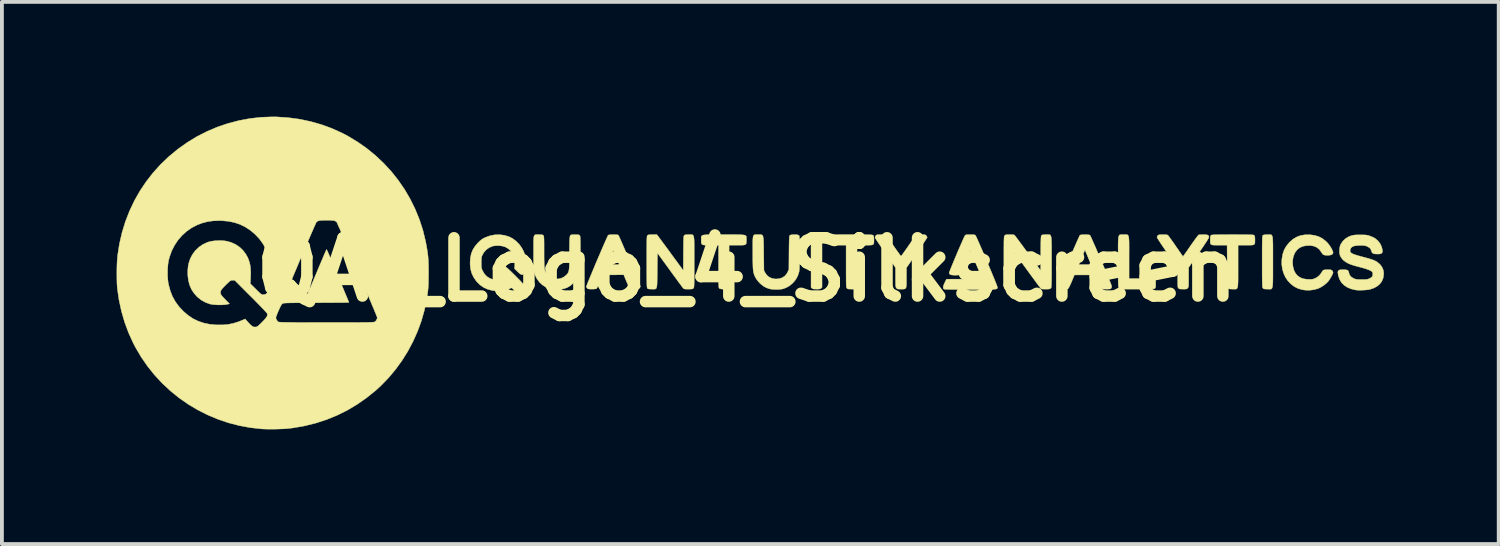
<source format=kicad_pcb>
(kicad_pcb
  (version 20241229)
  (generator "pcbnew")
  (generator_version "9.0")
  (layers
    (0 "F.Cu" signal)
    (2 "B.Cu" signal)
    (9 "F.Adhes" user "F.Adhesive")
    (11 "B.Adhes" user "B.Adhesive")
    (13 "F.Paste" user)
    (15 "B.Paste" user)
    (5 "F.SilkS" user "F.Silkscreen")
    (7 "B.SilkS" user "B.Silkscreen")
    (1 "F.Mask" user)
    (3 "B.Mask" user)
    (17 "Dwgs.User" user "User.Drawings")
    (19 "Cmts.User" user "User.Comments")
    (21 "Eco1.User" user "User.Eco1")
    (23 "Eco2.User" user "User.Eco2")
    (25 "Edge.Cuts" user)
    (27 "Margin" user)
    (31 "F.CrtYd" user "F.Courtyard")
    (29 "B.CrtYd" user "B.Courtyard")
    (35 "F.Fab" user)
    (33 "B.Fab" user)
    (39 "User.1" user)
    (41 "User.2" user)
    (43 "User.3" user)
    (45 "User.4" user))
  (footprint "QAI_Logo_4_Silkscreen"
    (layer "F.Cu")
    (at 16.476 4.001)
    (property "Reference" "QAI_Logo_4_Silkscreen" (at 0 0 0) (layer "F.SilkS") (effects (font (size 1.524 1.524) (thickness 0.3))))
    (attr through_hole)
    (fp_poly (pts (xy 1.785 -0.918) (xy 1.813 -0.917) (xy 1.822 -0.917) (xy 1.851 -0.917) (xy 1.876 -0.918) (xy 1.897 -0.918) (xy 1.914 -0.915) (xy 1.929 -0.908) (xy 1.94 -0.895) (xy 1.949 -0.874) (xy 1.956 -0.845) (xy 1.96 -0.804) (xy 1.963 -0.752) (xy 1.965 -0.686) (xy 1.966 -0.604) (xy 1.966 -0.506) (xy 1.966 -0.389) (xy 1.966 -0.252) (xy 1.966 -0.205) (xy 1.966 0.463) (xy 1.942 0.485) (xy 1.926 0.497) (xy 1.906 0.504) (xy 1.875 0.507) (xy 1.829 0.508) (xy 1.822 0.508) (xy 1.774 0.507) (xy 1.741 0.504) (xy 1.72 0.498) (xy 1.704 0.487) (xy 1.703 0.485) (xy 1.679 0.463) (xy 1.679 -0.205) (xy 1.678 -0.348) (xy 1.678 -0.471) (xy 1.678 -0.575) (xy 1.679 -0.662) (xy 1.68 -0.733) (xy 1.683 -0.789) (xy 1.687 -0.833) (xy 1.693 -0.866) (xy 1.701 -0.889) (xy 1.712 -0.905) (xy 1.725 -0.914) (xy 1.742 -0.918) (xy 1.761 -0.919) (xy 1.785 -0.918)) (stroke (width 0.01) (type solid)) (fill yes) (layer "F.SilkS"))
    (fp_poly (pts (xy 13.687 -0.918) (xy 13.704 -0.915) (xy 13.718 -0.908) (xy 13.729 -0.894) (xy 13.738 -0.874) (xy 13.745 -0.844) (xy 13.749 -0.803) (xy 13.752 -0.75) (xy 13.754 -0.684) (xy 13.755 -0.602) (xy 13.755 -0.503) (xy 13.755 -0.386) (xy 13.755 -0.248) (xy 13.755 -0.204) (xy 13.755 -0.061) (xy 13.755 0.062) (xy 13.755 0.166) (xy 13.754 0.253) (xy 13.753 0.324) (xy 13.75 0.38) (xy 13.746 0.424) (xy 13.74 0.457) (xy 13.732 0.48) (xy 13.722 0.496) (xy 13.709 0.505) (xy 13.693 0.509) (xy 13.673 0.51) (xy 13.65 0.509) (xy 13.623 0.508) (xy 13.615 0.508) (xy 13.566 0.507) (xy 13.533 0.504) (xy 13.513 0.499) (xy 13.498 0.489) (xy 13.495 0.486) (xy 13.491 0.481) (xy 13.487 0.474) (xy 13.483 0.465) (xy 13.481 0.45) (xy 13.479 0.429) (xy 13.477 0.4) (xy 13.476 0.36) (xy 13.475 0.31) (xy 13.474 0.245) (xy 13.473 0.166) (xy 13.473 0.071) (xy 13.473 -0.044) (xy 13.473 -0.178) (xy 13.473 -0.208) (xy 13.473 -0.347) (xy 13.473 -0.465) (xy 13.473 -0.565) (xy 13.474 -0.647) (xy 13.475 -0.715) (xy 13.476 -0.768) (xy 13.477 -0.81) (xy 13.478 -0.841) (xy 13.481 -0.863) (xy 13.483 -0.878) (xy 13.486 -0.888) (xy 13.49 -0.895) (xy 13.493 -0.898) (xy 13.509 -0.908) (xy 13.535 -0.913) (xy 13.574 -0.916) (xy 13.613 -0.917) (xy 13.642 -0.917) (xy 13.666 -0.918) (xy 13.687 -0.918)) (stroke (width 0.01) (type solid)) (fill yes) (layer "F.SilkS"))
    (fp_poly (pts (xy 9.815 -0.918) (xy 9.843 -0.917) (xy 9.851 -0.917) (xy 9.882 -0.917) (xy 9.909 -0.918) (xy 9.931 -0.917) (xy 9.949 -0.913) (xy 9.963 -0.903) (xy 9.974 -0.887) (xy 9.982 -0.863) (xy 9.988 -0.828) (xy 9.991 -0.781) (xy 9.994 -0.721) (xy 9.994 -0.645) (xy 9.995 -0.552) (xy 9.994 -0.44) (xy 9.994 -0.32) (xy 9.994 0.232) (xy 10.324 0.232) (xy 10.424 0.232) (xy 10.503 0.232) (xy 10.566 0.233) (xy 10.612 0.236) (xy 10.646 0.243) (xy 10.668 0.252) (xy 10.681 0.266) (xy 10.688 0.286) (xy 10.69 0.312) (xy 10.69 0.344) (xy 10.69 0.372) (xy 10.689 0.422) (xy 10.686 0.455) (xy 10.681 0.475) (xy 10.671 0.488) (xy 10.67 0.49) (xy 10.663 0.494) (xy 10.652 0.498) (xy 10.635 0.501) (xy 10.61 0.503) (xy 10.575 0.505) (xy 10.528 0.506) (xy 10.466 0.507) (xy 10.388 0.508) (xy 10.292 0.508) (xy 10.201 0.508) (xy 9.753 0.508) (xy 9.73 0.479) (xy 9.725 0.472) (xy 9.721 0.465) (xy 9.718 0.455) (xy 9.715 0.44) (xy 9.713 0.419) (xy 9.711 0.39) (xy 9.71 0.351) (xy 9.709 0.301) (xy 9.708 0.238) (xy 9.708 0.16) (xy 9.707 0.065) (xy 9.707 -0.047) (xy 9.707 -0.18) (xy 9.707 -0.211) (xy 9.707 -0.354) (xy 9.707 -0.476) (xy 9.707 -0.58) (xy 9.707 -0.666) (xy 9.709 -0.736) (xy 9.712 -0.792) (xy 9.716 -0.835) (xy 9.722 -0.868) (xy 9.73 -0.89) (xy 9.741 -0.905) (xy 9.755 -0.914) (xy 9.771 -0.918) (xy 9.792 -0.918) (xy 9.815 -0.918)) (stroke (width 0.01) (type solid)) (fill yes) (layer "F.SilkS"))
    (fp_poly (pts (xy -0.272 -0.917) (xy -0.199 -0.916) (xy -0.14 -0.913) (xy -0.095 -0.909) (xy -0.061 -0.904) (xy -0.038 -0.895) (xy -0.023 -0.885) (xy -0.014 -0.87) (xy -0.011 -0.853) (xy -0.01 -0.831) (xy -0.011 -0.805) (xy -0.011 -0.781) (xy -0.011 -0.735) (xy -0.013 -0.701) (xy -0.02 -0.676) (xy -0.034 -0.659) (xy -0.059 -0.648) (xy -0.096 -0.643) (xy -0.149 -0.641) (xy -0.22 -0.641) (xy -0.255 -0.641) (xy -0.464 -0.641) (xy -0.464 -0.085) (xy -0.464 0.041) (xy -0.464 0.146) (xy -0.464 0.233) (xy -0.465 0.303) (xy -0.466 0.358) (xy -0.467 0.401) (xy -0.469 0.433) (xy -0.471 0.456) (xy -0.474 0.471) (xy -0.477 0.481) (xy -0.481 0.487) (xy -0.484 0.49) (xy -0.508 0.5) (xy -0.546 0.507) (xy -0.592 0.51) (xy -0.639 0.508) (xy -0.681 0.503) (xy -0.712 0.494) (xy -0.722 0.488) (xy -0.726 0.482) (xy -0.729 0.472) (xy -0.732 0.456) (xy -0.734 0.433) (xy -0.736 0.401) (xy -0.738 0.358) (xy -0.739 0.302) (xy -0.739 0.231) (xy -0.74 0.143) (xy -0.74 0.038) (xy -0.74 -0.086) (xy -0.74 -0.641) (xy -0.949 -0.641) (xy -1.028 -0.641) (xy -1.088 -0.642) (xy -1.132 -0.646) (xy -1.161 -0.654) (xy -1.179 -0.668) (xy -1.188 -0.69) (xy -1.192 -0.72) (xy -1.193 -0.761) (xy -1.193 -0.781) (xy -1.193 -0.811) (xy -1.194 -0.836) (xy -1.193 -0.857) (xy -1.188 -0.874) (xy -1.178 -0.887) (xy -1.162 -0.897) (xy -1.136 -0.905) (xy -1.101 -0.91) (xy -1.053 -0.914) (xy -0.991 -0.916) (xy -0.914 -0.917) (xy -0.82 -0.917) (xy -0.706 -0.917) (xy -0.602 -0.917) (xy -0.472 -0.917) (xy -0.363 -0.917) (xy -0.272 -0.917)) (stroke (width 0.01) (type solid)) (fill yes) (layer "F.SilkS"))
    (fp_poly (pts (xy 2.624 -0.917) (xy 2.737 -0.917) (xy 2.862 -0.917) (xy 2.966 -0.916) (xy 3.052 -0.916) (xy 3.122 -0.915) (xy 3.177 -0.915) (xy 3.219 -0.913) (xy 3.25 -0.912) (xy 3.273 -0.909) (xy 3.288 -0.906) (xy 3.297 -0.903) (xy 3.303 -0.899) (xy 3.306 -0.896) (xy 3.315 -0.88) (xy 3.321 -0.855) (xy 3.324 -0.815) (xy 3.324 -0.777) (xy 3.324 -0.732) (xy 3.322 -0.699) (xy 3.315 -0.674) (xy 3.301 -0.658) (xy 3.276 -0.648) (xy 3.239 -0.643) (xy 3.186 -0.641) (xy 3.114 -0.641) (xy 3.083 -0.641) (xy 2.882 -0.641) (xy 2.882 -0.095) (xy 2.882 0.036) (xy 2.883 0.146) (xy 2.882 0.238) (xy 2.881 0.313) (xy 2.879 0.373) (xy 2.875 0.42) (xy 2.868 0.454) (xy 2.86 0.478) (xy 2.848 0.494) (xy 2.833 0.504) (xy 2.815 0.508) (xy 2.792 0.509) (xy 2.765 0.508) (xy 2.738 0.508) (xy 2.689 0.507) (xy 2.656 0.505) (xy 2.635 0.499) (xy 2.62 0.489) (xy 2.617 0.486) (xy 2.612 0.48) (xy 2.608 0.473) (xy 2.605 0.462) (xy 2.602 0.446) (xy 2.6 0.423) (xy 2.598 0.391) (xy 2.597 0.347) (xy 2.596 0.291) (xy 2.596 0.22) (xy 2.595 0.132) (xy 2.595 0.026) (xy 2.595 -0.088) (xy 2.595 -0.641) (xy 2.391 -0.641) (xy 2.311 -0.641) (xy 2.25 -0.642) (xy 2.206 -0.646) (xy 2.176 -0.655) (xy 2.157 -0.669) (xy 2.147 -0.69) (xy 2.143 -0.72) (xy 2.142 -0.76) (xy 2.142 -0.779) (xy 2.142 -0.809) (xy 2.141 -0.834) (xy 2.142 -0.855) (xy 2.147 -0.873) (xy 2.156 -0.886) (xy 2.173 -0.897) (xy 2.198 -0.905) (xy 2.233 -0.91) (xy 2.28 -0.914) (xy 2.341 -0.916) (xy 2.418 -0.917) (xy 2.512 -0.917) (xy 2.624 -0.917)) (stroke (width 0.01) (type solid)) (fill yes) (layer "F.SilkS"))
    (fp_poly (pts (xy 12.826 -0.917) (xy 12.93 -0.916) (xy 13.016 -0.916) (xy 13.085 -0.915) (xy 13.14 -0.915) (xy 13.182 -0.913) (xy 13.212 -0.912) (xy 13.234 -0.909) (xy 13.249 -0.906) (xy 13.259 -0.903) (xy 13.265 -0.899) (xy 13.267 -0.896) (xy 13.276 -0.88) (xy 13.282 -0.855) (xy 13.285 -0.815) (xy 13.285 -0.777) (xy 13.285 -0.732) (xy 13.283 -0.699) (xy 13.276 -0.674) (xy 13.262 -0.658) (xy 13.237 -0.648) (xy 13.2 -0.643) (xy 13.147 -0.641) (xy 13.076 -0.641) (xy 13.044 -0.641) (xy 12.844 -0.641) (xy 12.844 -0.088) (xy 12.844 0.042) (xy 12.844 0.152) (xy 12.844 0.243) (xy 12.843 0.318) (xy 12.84 0.377) (xy 12.837 0.423) (xy 12.831 0.456) (xy 12.822 0.48) (xy 12.811 0.496) (xy 12.797 0.505) (xy 12.779 0.508) (xy 12.757 0.509) (xy 12.731 0.508) (xy 12.703 0.508) (xy 12.646 0.506) (xy 12.608 0.501) (xy 12.585 0.491) (xy 12.584 0.491) (xy 12.579 0.486) (xy 12.575 0.48) (xy 12.571 0.47) (xy 12.569 0.455) (xy 12.566 0.432) (xy 12.564 0.4) (xy 12.563 0.357) (xy 12.562 0.302) (xy 12.561 0.231) (xy 12.56 0.144) (xy 12.56 0.038) (xy 12.559 -0.083) (xy 12.556 -0.641) (xy 12.354 -0.641) (xy 12.275 -0.641) (xy 12.216 -0.642) (xy 12.174 -0.646) (xy 12.145 -0.654) (xy 12.128 -0.668) (xy 12.118 -0.69) (xy 12.115 -0.721) (xy 12.115 -0.763) (xy 12.115 -0.78) (xy 12.115 -0.83) (xy 12.118 -0.863) (xy 12.124 -0.884) (xy 12.134 -0.897) (xy 12.135 -0.898) (xy 12.141 -0.903) (xy 12.151 -0.906) (xy 12.167 -0.909) (xy 12.19 -0.911) (xy 12.222 -0.913) (xy 12.265 -0.914) (xy 12.322 -0.915) (xy 12.393 -0.916) (xy 12.481 -0.916) (xy 12.588 -0.917) (xy 12.702 -0.917) (xy 12.826 -0.917)) (stroke (width 0.01) (type solid)) (fill yes) (layer "F.SilkS"))
    (fp_poly (pts (xy 11.997 -0.915) (xy 12.039 -0.909) (xy 12.064 -0.897) (xy 12.078 -0.878) (xy 12.082 -0.85) (xy 12.082 -0.848) (xy 12.075 -0.83) (xy 12.055 -0.795) (xy 12.022 -0.742) (xy 11.976 -0.672) (xy 11.917 -0.584) (xy 11.845 -0.478) (xy 11.817 -0.438) (xy 11.551 -0.056) (xy 11.551 0.197) (xy 11.551 0.279) (xy 11.551 0.341) (xy 11.55 0.387) (xy 11.548 0.42) (xy 11.545 0.443) (xy 11.541 0.459) (xy 11.535 0.471) (xy 11.529 0.479) (xy 11.516 0.493) (xy 11.502 0.501) (xy 11.482 0.506) (xy 11.449 0.508) (xy 11.407 0.508) (xy 11.358 0.507) (xy 11.325 0.505) (xy 11.304 0.499) (xy 11.29 0.489) (xy 11.286 0.486) (xy 11.279 0.478) (xy 11.274 0.467) (xy 11.27 0.451) (xy 11.267 0.427) (xy 11.266 0.392) (xy 11.265 0.343) (xy 11.264 0.277) (xy 11.264 0.207) (xy 11.264 -0.05) (xy 10.994 -0.436) (xy 10.934 -0.522) (xy 10.88 -0.602) (xy 10.831 -0.674) (xy 10.791 -0.736) (xy 10.758 -0.786) (xy 10.736 -0.822) (xy 10.725 -0.844) (xy 10.724 -0.848) (xy 10.731 -0.874) (xy 10.745 -0.895) (xy 10.758 -0.905) (xy 10.775 -0.911) (xy 10.802 -0.915) (xy 10.842 -0.916) (xy 10.881 -0.917) (xy 10.934 -0.916) (xy 10.968 -0.914) (xy 10.991 -0.91) (xy 11.006 -0.903) (xy 11.018 -0.892) (xy 11.018 -0.892) (xy 11.03 -0.876) (xy 11.053 -0.845) (xy 11.084 -0.801) (xy 11.123 -0.747) (xy 11.167 -0.685) (xy 11.214 -0.617) (xy 11.22 -0.607) (xy 11.267 -0.541) (xy 11.308 -0.48) (xy 11.345 -0.428) (xy 11.373 -0.387) (xy 11.393 -0.358) (xy 11.402 -0.345) (xy 11.402 -0.345) (xy 11.409 -0.353) (xy 11.427 -0.377) (xy 11.454 -0.415) (xy 11.489 -0.464) (xy 11.53 -0.523) (xy 11.577 -0.59) (xy 11.599 -0.623) (xy 11.648 -0.692) (xy 11.694 -0.756) (xy 11.734 -0.812) (xy 11.768 -0.857) (xy 11.793 -0.89) (xy 11.809 -0.907) (xy 11.812 -0.91) (xy 11.83 -0.913) (xy 11.864 -0.915) (xy 11.909 -0.916) (xy 11.937 -0.917) (xy 11.997 -0.915)) (stroke (width 0.01) (type solid)) (fill yes) (layer "F.SilkS"))
    (fp_poly (pts (xy 4.608 -0.916) (xy 4.642 -0.915) (xy 4.664 -0.911) (xy 4.678 -0.904) (xy 4.689 -0.892) (xy 4.693 -0.888) (xy 4.708 -0.863) (xy 4.716 -0.845) (xy 4.716 -0.844) (xy 4.709 -0.833) (xy 4.692 -0.805) (xy 4.664 -0.762) (xy 4.628 -0.708) (xy 4.584 -0.643) (xy 4.534 -0.57) (xy 4.48 -0.49) (xy 4.445 -0.44) (xy 4.174 -0.05) (xy 4.174 0.207) (xy 4.174 0.296) (xy 4.174 0.366) (xy 4.171 0.418) (xy 4.166 0.456) (xy 4.156 0.481) (xy 4.141 0.497) (xy 4.119 0.505) (xy 4.09 0.508) (xy 4.052 0.508) (xy 4.032 0.508) (xy 3.984 0.508) (xy 3.953 0.506) (xy 3.934 0.5) (xy 3.921 0.491) (xy 3.91 0.479) (xy 3.903 0.468) (xy 3.897 0.456) (xy 3.893 0.439) (xy 3.89 0.414) (xy 3.889 0.379) (xy 3.888 0.329) (xy 3.887 0.263) (xy 3.887 0.198) (xy 3.887 -0.054) (xy 3.624 -0.433) (xy 3.567 -0.515) (xy 3.514 -0.592) (xy 3.466 -0.662) (xy 3.425 -0.722) (xy 3.392 -0.772) (xy 3.368 -0.809) (xy 3.355 -0.83) (xy 3.353 -0.835) (xy 3.355 -0.864) (xy 3.369 -0.887) (xy 3.38 -0.9) (xy 3.393 -0.909) (xy 3.411 -0.914) (xy 3.44 -0.916) (xy 3.484 -0.917) (xy 3.507 -0.917) (xy 3.561 -0.916) (xy 3.598 -0.914) (xy 3.621 -0.909) (xy 3.636 -0.902) (xy 3.642 -0.897) (xy 3.653 -0.883) (xy 3.675 -0.853) (xy 3.705 -0.81) (xy 3.743 -0.757) (xy 3.787 -0.695) (xy 3.833 -0.628) (xy 3.842 -0.615) (xy 3.889 -0.548) (xy 3.931 -0.488) (xy 3.969 -0.436) (xy 3.999 -0.394) (xy 4.02 -0.366) (xy 4.031 -0.354) (xy 4.031 -0.353) (xy 4.039 -0.362) (xy 4.058 -0.387) (xy 4.086 -0.425) (xy 4.122 -0.475) (xy 4.164 -0.534) (xy 4.21 -0.6) (xy 4.224 -0.621) (xy 4.272 -0.69) (xy 4.316 -0.753) (xy 4.355 -0.808) (xy 4.388 -0.853) (xy 4.411 -0.884) (xy 4.425 -0.901) (xy 4.427 -0.903) (xy 4.448 -0.91) (xy 4.491 -0.915) (xy 4.554 -0.917) (xy 4.557 -0.917) (xy 4.608 -0.916)) (stroke (width 0.01) (type solid)) (fill yes) (layer "F.SilkS"))
    (fp_poly (pts (xy 14.72 -0.914) (xy 14.842 -0.898) (xy 14.95 -0.866) (xy 15.049 -0.815) (xy 15.138 -0.745) (xy 15.179 -0.704) (xy 15.216 -0.661) (xy 15.251 -0.61) (xy 15.283 -0.558) (xy 15.308 -0.509) (xy 15.324 -0.468) (xy 15.328 -0.444) (xy 15.318 -0.414) (xy 15.289 -0.392) (xy 15.241 -0.379) (xy 15.19 -0.375) (xy 15.133 -0.377) (xy 15.094 -0.384) (xy 15.065 -0.398) (xy 15.042 -0.423) (xy 15.022 -0.456) (xy 14.97 -0.527) (xy 14.907 -0.58) (xy 14.831 -0.615) (xy 14.742 -0.631) (xy 14.64 -0.63) (xy 14.627 -0.629) (xy 14.534 -0.61) (xy 14.455 -0.575) (xy 14.39 -0.523) (xy 14.337 -0.454) (xy 14.32 -0.423) (xy 14.289 -0.342) (xy 14.272 -0.253) (xy 14.27 -0.162) (xy 14.281 -0.072) (xy 14.304 0.012) (xy 14.34 0.086) (xy 14.387 0.146) (xy 14.397 0.154) (xy 14.456 0.198) (xy 14.521 0.228) (xy 14.597 0.245) (xy 14.671 0.252) (xy 14.727 0.253) (xy 14.769 0.251) (xy 14.803 0.246) (xy 14.837 0.235) (xy 14.845 0.232) (xy 14.909 0.199) (xy 14.968 0.15) (xy 15.015 0.092) (xy 15.029 0.068) (xy 15.048 0.038) (xy 15.068 0.016) (xy 15.074 0.011) (xy 15.094 0.006) (xy 15.13 0.002) (xy 15.175 0.00011) (xy 15.188 0) (xy 15.234 0.001) (xy 15.265 0.003) (xy 15.284 0.01) (xy 15.299 0.02) (xy 15.304 0.026) (xy 15.321 0.05) (xy 15.328 0.071) (xy 15.322 0.095) (xy 15.306 0.132) (xy 15.283 0.177) (xy 15.255 0.224) (xy 15.226 0.27) (xy 15.198 0.308) (xy 15.19 0.317) (xy 15.141 0.364) (xy 15.079 0.413) (xy 15.013 0.455) (xy 14.95 0.487) (xy 14.942 0.491) (xy 14.834 0.522) (xy 14.718 0.537) (xy 14.601 0.535) (xy 14.517 0.523) (xy 14.406 0.489) (xy 14.305 0.437) (xy 14.217 0.368) (xy 14.141 0.286) (xy 14.078 0.191) (xy 14.031 0.086) (xy 13.999 -0.028) (xy 13.985 -0.148) (xy 13.988 -0.273) (xy 14.01 -0.401) (xy 14.01 -0.403) (xy 14.045 -0.509) (xy 14.096 -0.603) (xy 14.165 -0.692) (xy 14.195 -0.724) (xy 14.281 -0.799) (xy 14.372 -0.854) (xy 14.47 -0.891) (xy 14.578 -0.911) (xy 14.698 -0.914) (xy 14.72 -0.914)) (stroke (width 0.01) (type solid)) (fill yes) (layer "F.SilkS"))
    (fp_poly (pts (xy 1.275 -0.918) (xy 1.318 -0.913) (xy 1.35 -0.904) (xy 1.362 -0.896) (xy 1.367 -0.889) (xy 1.371 -0.879) (xy 1.374 -0.862) (xy 1.376 -0.836) (xy 1.378 -0.801) (xy 1.379 -0.753) (xy 1.38 -0.69) (xy 1.38 -0.612) (xy 1.38 -0.514) (xy 1.38 -0.441) (xy 1.38 -0.324) (xy 1.38 -0.227) (xy 1.379 -0.148) (xy 1.377 -0.084) (xy 1.375 -0.034) (xy 1.372 0.006) (xy 1.369 0.036) (xy 1.364 0.061) (xy 1.363 0.065) (xy 1.329 0.167) (xy 1.276 0.261) (xy 1.207 0.344) (xy 1.126 0.414) (xy 1.035 0.468) (xy 0.943 0.502) (xy 0.884 0.512) (xy 0.813 0.517) (xy 0.738 0.517) (xy 0.666 0.513) (xy 0.606 0.504) (xy 0.596 0.501) (xy 0.509 0.472) (xy 0.433 0.43) (xy 0.36 0.372) (xy 0.336 0.349) (xy 0.271 0.275) (xy 0.225 0.204) (xy 0.223 0.199) (xy 0.207 0.165) (xy 0.193 0.132) (xy 0.183 0.098) (xy 0.174 0.061) (xy 0.167 0.018) (xy 0.162 -0.033) (xy 0.159 -0.095) (xy 0.157 -0.17) (xy 0.155 -0.26) (xy 0.155 -0.369) (xy 0.155 -0.454) (xy 0.155 -0.567) (xy 0.154 -0.661) (xy 0.155 -0.736) (xy 0.157 -0.795) (xy 0.161 -0.84) (xy 0.167 -0.872) (xy 0.176 -0.894) (xy 0.189 -0.908) (xy 0.206 -0.915) (xy 0.227 -0.917) (xy 0.255 -0.917) (xy 0.288 -0.917) (xy 0.295 -0.917) (xy 0.328 -0.917) (xy 0.356 -0.917) (xy 0.379 -0.915) (xy 0.397 -0.909) (xy 0.411 -0.897) (xy 0.421 -0.877) (xy 0.428 -0.847) (xy 0.433 -0.805) (xy 0.437 -0.75) (xy 0.439 -0.679) (xy 0.44 -0.591) (xy 0.441 -0.483) (xy 0.442 -0.427) (xy 0.447 0.017) (xy 0.477 0.077) (xy 0.521 0.142) (xy 0.58 0.191) (xy 0.651 0.225) (xy 0.733 0.241) (xy 0.763 0.243) (xy 0.853 0.234) (xy 0.93 0.208) (xy 0.994 0.164) (xy 1.045 0.103) (xy 1.064 0.068) (xy 1.099 -0.006) (xy 1.102 -0.442) (xy 1.103 -0.553) (xy 1.104 -0.644) (xy 1.106 -0.718) (xy 1.107 -0.775) (xy 1.109 -0.818) (xy 1.111 -0.85) (xy 1.114 -0.872) (xy 1.117 -0.886) (xy 1.122 -0.895) (xy 1.123 -0.897) (xy 1.145 -0.908) (xy 1.182 -0.915) (xy 1.227 -0.918) (xy 1.275 -0.918)) (stroke (width 0.01) (type solid)) (fill yes) (layer "F.SilkS"))
    (fp_poly (pts (xy 8.902 -0.915) (xy 8.946 -0.911) (xy 8.97 -0.903) (xy 8.971 -0.903) (xy 8.978 -0.891) (xy 8.993 -0.86) (xy 9.015 -0.813) (xy 9.042 -0.752) (xy 9.074 -0.679) (xy 9.111 -0.597) (xy 9.15 -0.506) (xy 9.191 -0.41) (xy 9.234 -0.31) (xy 9.278 -0.208) (xy 9.32 -0.107) (xy 9.362 -0.009) (xy 9.401 0.084) (xy 9.437 0.171) (xy 9.469 0.248) (xy 9.496 0.315) (xy 9.517 0.368) (xy 9.531 0.406) (xy 9.538 0.427) (xy 9.538 0.428) (xy 9.538 0.464) (xy 9.525 0.486) (xy 9.513 0.496) (xy 9.496 0.503) (xy 9.469 0.506) (xy 9.428 0.508) (xy 9.398 0.508) (xy 9.347 0.507) (xy 9.313 0.505) (xy 9.291 0.5) (xy 9.277 0.492) (xy 9.272 0.487) (xy 9.261 0.47) (xy 9.244 0.436) (xy 9.222 0.39) (xy 9.198 0.336) (xy 9.184 0.302) (xy 9.114 0.138) (xy 8.565 0.138) (xy 8.496 0.302) (xy 8.472 0.36) (xy 8.448 0.411) (xy 8.428 0.452) (xy 8.414 0.479) (xy 8.408 0.487) (xy 8.396 0.497) (xy 8.379 0.503) (xy 8.35 0.507) (xy 8.307 0.508) (xy 8.283 0.508) (xy 8.231 0.507) (xy 8.197 0.505) (xy 8.175 0.5) (xy 8.161 0.492) (xy 8.157 0.488) (xy 8.143 0.461) (xy 8.139 0.441) (xy 8.143 0.425) (xy 8.155 0.392) (xy 8.175 0.342) (xy 8.2 0.279) (xy 8.23 0.204) (xy 8.265 0.12) (xy 8.304 0.028) (xy 8.344 -0.07) (xy 8.371 -0.133) (xy 8.68 -0.133) (xy 9.001 -0.133) (xy 8.983 -0.174) (xy 8.972 -0.201) (xy 8.954 -0.243) (xy 8.934 -0.292) (xy 8.918 -0.331) (xy 8.897 -0.382) (xy 8.877 -0.428) (xy 8.862 -0.464) (xy 8.855 -0.482) (xy 8.84 -0.517) (xy 8.777 -0.366) (xy 8.754 -0.309) (xy 8.731 -0.256) (xy 8.713 -0.211) (xy 8.7 -0.18) (xy 8.697 -0.174) (xy 8.68 -0.133) (xy 8.371 -0.133) (xy 8.387 -0.17) (xy 8.43 -0.273) (xy 8.473 -0.374) (xy 8.516 -0.472) (xy 8.556 -0.565) (xy 8.594 -0.651) (xy 8.627 -0.728) (xy 8.657 -0.793) (xy 8.681 -0.845) (xy 8.698 -0.882) (xy 8.708 -0.901) (xy 8.71 -0.903) (xy 8.732 -0.91) (xy 8.775 -0.915) (xy 8.836 -0.917) (xy 8.84 -0.917) (xy 8.902 -0.915)) (stroke (width 0.01) (type solid)) (fill yes) (layer "F.SilkS"))
    (fp_poly (pts (xy -3.435 -0.916) (xy -3.398 -0.914) (xy -3.375 -0.91) (xy -3.361 -0.903) (xy -3.355 -0.897) (xy -3.348 -0.884) (xy -3.333 -0.852) (xy -3.311 -0.803) (xy -3.283 -0.739) (xy -3.249 -0.662) (xy -3.211 -0.574) (xy -3.169 -0.475) (xy -3.123 -0.368) (xy -3.075 -0.255) (xy -3.059 -0.217) (xy -2.78 0.444) (xy -2.802 0.473) (xy -2.813 0.487) (xy -2.827 0.495) (xy -2.846 0.501) (xy -2.878 0.504) (xy -2.926 0.505) (xy -2.932 0.506) (xy -2.986 0.506) (xy -3.023 0.505) (xy -3.046 0.5) (xy -3.058 0.492) (xy -3.068 0.477) (xy -3.085 0.445) (xy -3.106 0.4) (xy -3.13 0.346) (xy -3.148 0.304) (xy -3.219 0.133) (xy -3.768 0.138) (xy -3.839 0.309) (xy -3.864 0.367) (xy -3.887 0.418) (xy -3.907 0.459) (xy -3.922 0.486) (xy -3.928 0.494) (xy -3.951 0.502) (xy -3.992 0.506) (xy -4.05 0.508) (xy -4.1 0.507) (xy -4.133 0.505) (xy -4.155 0.499) (xy -4.17 0.49) (xy -4.174 0.486) (xy -4.191 0.462) (xy -4.197 0.443) (xy -4.192 0.428) (xy -4.18 0.395) (xy -4.161 0.347) (xy -4.136 0.284) (xy -4.105 0.21) (xy -4.07 0.126) (xy -4.032 0.034) (xy -3.991 -0.063) (xy -3.959 -0.141) (xy -3.644 -0.141) (xy -3.634 -0.138) (xy -3.605 -0.135) (xy -3.563 -0.134) (xy -3.51 -0.133) (xy -3.489 -0.133) (xy -3.425 -0.133) (xy -3.38 -0.134) (xy -3.353 -0.137) (xy -3.34 -0.141) (xy -3.338 -0.146) (xy -3.355 -0.189) (xy -3.376 -0.24) (xy -3.399 -0.295) (xy -3.423 -0.35) (xy -3.445 -0.402) (xy -3.464 -0.447) (xy -3.479 -0.48) (xy -3.488 -0.498) (xy -3.489 -0.5) (xy -3.495 -0.493) (xy -3.508 -0.469) (xy -3.525 -0.432) (xy -3.546 -0.386) (xy -3.568 -0.336) (xy -3.59 -0.284) (xy -3.61 -0.235) (xy -3.627 -0.192) (xy -3.639 -0.16) (xy -3.644 -0.142) (xy -3.644 -0.141) (xy -3.959 -0.141) (xy -3.949 -0.164) (xy -3.906 -0.266) (xy -3.862 -0.367) (xy -3.82 -0.466) (xy -3.78 -0.559) (xy -3.742 -0.646) (xy -3.708 -0.723) (xy -3.679 -0.789) (xy -3.655 -0.842) (xy -3.637 -0.88) (xy -3.627 -0.9) (xy -3.625 -0.903) (xy -3.603 -0.91) (xy -3.559 -0.915) (xy -3.496 -0.917) (xy -3.489 -0.917) (xy -3.435 -0.916)) (stroke (width 0.01) (type solid)) (fill yes) (layer "F.SilkS"))
    (fp_poly (pts (xy -5.451 -0.917) (xy -5.437 -0.917) (xy -5.387 -0.916) (xy -5.354 -0.913) (xy -5.334 -0.907) (xy -5.32 -0.898) (xy -5.319 -0.896) (xy -5.314 -0.889) (xy -5.31 -0.878) (xy -5.307 -0.86) (xy -5.305 -0.834) (xy -5.303 -0.797) (xy -5.302 -0.747) (xy -5.301 -0.682) (xy -5.301 -0.599) (xy -5.301 -0.498) (xy -5.301 -0.478) (xy -5.301 -0.361) (xy -5.3 -0.263) (xy -5.298 -0.182) (xy -5.296 -0.117) (xy -5.292 -0.064) (xy -5.287 -0.021) (xy -5.281 0.014) (xy -5.272 0.043) (xy -5.262 0.069) (xy -5.252 0.088) (xy -5.21 0.147) (xy -5.154 0.193) (xy -5.087 0.224) (xy -5.014 0.24) (xy -4.939 0.241) (xy -4.864 0.227) (xy -4.793 0.196) (xy -4.731 0.149) (xy -4.73 0.149) (xy -4.708 0.127) (xy -4.69 0.107) (xy -4.676 0.085) (xy -4.664 0.06) (xy -4.655 0.03) (xy -4.648 -0.009) (xy -4.644 -0.057) (xy -4.641 -0.118) (xy -4.639 -0.194) (xy -4.638 -0.286) (xy -4.638 -0.397) (xy -4.638 -0.432) (xy -4.638 -0.545) (xy -4.637 -0.639) (xy -4.636 -0.714) (xy -4.634 -0.774) (xy -4.631 -0.819) (xy -4.627 -0.853) (xy -4.622 -0.877) (xy -4.616 -0.893) (xy -4.608 -0.903) (xy -4.602 -0.908) (xy -4.585 -0.912) (xy -4.553 -0.915) (xy -4.51 -0.916) (xy -4.488 -0.916) (xy -4.438 -0.916) (xy -4.405 -0.913) (xy -4.384 -0.907) (xy -4.371 -0.898) (xy -4.369 -0.896) (xy -4.365 -0.889) (xy -4.361 -0.878) (xy -4.358 -0.861) (xy -4.356 -0.836) (xy -4.354 -0.8) (xy -4.353 -0.751) (xy -4.352 -0.688) (xy -4.351 -0.608) (xy -4.351 -0.51) (xy -4.351 -0.452) (xy -4.352 -0.331) (xy -4.352 -0.229) (xy -4.354 -0.145) (xy -4.356 -0.075) (xy -4.36 -0.018) (xy -4.366 0.03) (xy -4.373 0.07) (xy -4.382 0.106) (xy -4.393 0.139) (xy -4.408 0.172) (xy -4.419 0.196) (xy -4.466 0.272) (xy -4.533 0.349) (xy -4.609 0.415) (xy -4.689 0.464) (xy -4.777 0.497) (xy -4.875 0.514) (xy -4.975 0.518) (xy -5.053 0.515) (xy -5.12 0.506) (xy -5.152 0.498) (xy -5.253 0.458) (xy -5.345 0.399) (xy -5.425 0.324) (xy -5.49 0.235) (xy -5.539 0.135) (xy -5.559 0.07) (xy -5.564 0.049) (xy -5.568 0.024) (xy -5.571 -0.009) (xy -5.573 -0.05) (xy -5.575 -0.103) (xy -5.576 -0.169) (xy -5.577 -0.251) (xy -5.577 -0.352) (xy -5.577 -0.439) (xy -5.577 -0.554) (xy -5.577 -0.65) (xy -5.577 -0.727) (xy -5.575 -0.788) (xy -5.572 -0.834) (xy -5.566 -0.868) (xy -5.557 -0.891) (xy -5.545 -0.906) (xy -5.529 -0.914) (xy -5.508 -0.917) (xy -5.483 -0.917) (xy -5.451 -0.917)) (stroke (width 0.01) (type solid)) (fill yes) (layer "F.SilkS"))
    (fp_poly (pts (xy -1.444 -0.918) (xy -1.426 -0.915) (xy -1.412 -0.908) (xy -1.401 -0.895) (xy -1.392 -0.874) (xy -1.385 -0.844) (xy -1.38 -0.804) (xy -1.377 -0.751) (xy -1.376 -0.685) (xy -1.375 -0.603) (xy -1.375 -0.504) (xy -1.375 -0.387) (xy -1.375 -0.25) (xy -1.375 -0.204) (xy -1.375 -0.066) (xy -1.375 0.051) (xy -1.375 0.15) (xy -1.376 0.232) (xy -1.376 0.299) (xy -1.377 0.352) (xy -1.379 0.393) (xy -1.38 0.424) (xy -1.382 0.446) (xy -1.385 0.462) (xy -1.388 0.473) (xy -1.392 0.48) (xy -1.396 0.485) (xy -1.408 0.495) (xy -1.423 0.502) (xy -1.447 0.506) (xy -1.484 0.508) (xy -1.53 0.508) (xy -1.581 0.508) (xy -1.616 0.506) (xy -1.637 0.502) (xy -1.652 0.495) (xy -1.664 0.483) (xy -1.669 0.477) (xy -1.681 0.462) (xy -1.704 0.431) (xy -1.737 0.386) (xy -1.78 0.329) (xy -1.829 0.261) (xy -1.885 0.185) (xy -1.946 0.102) (xy -2.01 0.014) (xy -2.015 0.006) (xy -2.336 -0.433) (xy -2.341 0.022) (xy -2.342 0.138) (xy -2.344 0.235) (xy -2.345 0.313) (xy -2.347 0.375) (xy -2.351 0.422) (xy -2.357 0.457) (xy -2.365 0.481) (xy -2.377 0.497) (xy -2.392 0.505) (xy -2.412 0.509) (xy -2.436 0.509) (xy -2.466 0.508) (xy -2.485 0.508) (xy -2.534 0.507) (xy -2.566 0.504) (xy -2.586 0.498) (xy -2.599 0.488) (xy -2.603 0.482) (xy -2.606 0.473) (xy -2.609 0.458) (xy -2.611 0.437) (xy -2.613 0.408) (xy -2.614 0.368) (xy -2.615 0.316) (xy -2.616 0.251) (xy -2.617 0.171) (xy -2.617 0.074) (xy -2.617 -0.042) (xy -2.617 -0.178) (xy -2.617 -0.206) (xy -2.617 -0.345) (xy -2.617 -0.464) (xy -2.617 -0.564) (xy -2.616 -0.646) (xy -2.616 -0.714) (xy -2.615 -0.767) (xy -2.614 -0.809) (xy -2.612 -0.84) (xy -2.61 -0.863) (xy -2.607 -0.878) (xy -2.604 -0.888) (xy -2.6 -0.895) (xy -2.597 -0.898) (xy -2.583 -0.907) (xy -2.56 -0.913) (xy -2.524 -0.916) (xy -2.47 -0.917) (xy -2.465 -0.917) (xy -2.353 -0.917) (xy -2.311 -0.863) (xy -2.296 -0.843) (xy -2.269 -0.808) (xy -2.233 -0.758) (xy -2.188 -0.697) (xy -2.136 -0.627) (xy -2.078 -0.549) (xy -2.017 -0.465) (xy -1.966 -0.395) (xy -1.662 0.019) (xy -1.659 -0.429) (xy -1.658 -0.541) (xy -1.657 -0.634) (xy -1.656 -0.708) (xy -1.655 -0.767) (xy -1.653 -0.811) (xy -1.651 -0.844) (xy -1.649 -0.867) (xy -1.645 -0.883) (xy -1.641 -0.892) (xy -1.638 -0.897) (xy -1.625 -0.906) (xy -1.606 -0.912) (xy -1.575 -0.916) (xy -1.528 -0.917) (xy -1.518 -0.917) (xy -1.49 -0.917) (xy -1.465 -0.918) (xy -1.444 -0.918)) (stroke (width 0.01) (type solid)) (fill yes) (layer "F.SilkS"))
    (fp_poly (pts (xy 5.896 -0.916) (xy 5.933 -0.914) (xy 5.956 -0.91) (xy 5.971 -0.903) (xy 5.979 -0.896) (xy 5.987 -0.881) (xy 6.003 -0.848) (xy 6.026 -0.799) (xy 6.054 -0.736) (xy 6.087 -0.661) (xy 6.124 -0.576) (xy 6.164 -0.484) (xy 6.206 -0.386) (xy 6.249 -0.285) (xy 6.292 -0.182) (xy 6.335 -0.08) (xy 6.377 0.019) (xy 6.416 0.113) (xy 6.452 0.2) (xy 6.484 0.278) (xy 6.511 0.345) (xy 6.531 0.398) (xy 6.545 0.435) (xy 6.552 0.455) (xy 6.552 0.457) (xy 6.552 0.469) (xy 6.551 0.48) (xy 6.548 0.489) (xy 6.54 0.497) (xy 6.527 0.503) (xy 6.506 0.508) (xy 6.476 0.511) (xy 6.436 0.514) (xy 6.384 0.516) (xy 6.318 0.518) (xy 6.236 0.518) (xy 6.138 0.519) (xy 6.022 0.519) (xy 5.885 0.519) (xy 5.836 0.519) (xy 5.695 0.519) (xy 5.575 0.519) (xy 5.474 0.518) (xy 5.39 0.518) (xy 5.322 0.517) (xy 5.268 0.516) (xy 5.226 0.515) (xy 5.195 0.513) (xy 5.173 0.511) (xy 5.158 0.508) (xy 5.15 0.505) (xy 5.146 0.502) (xy 5.134 0.478) (xy 5.134 0.445) (xy 5.147 0.401) (xy 5.172 0.343) (xy 5.175 0.337) (xy 5.218 0.248) (xy 5.685 0.246) (xy 5.784 0.245) (xy 5.876 0.244) (xy 5.958 0.242) (xy 6.029 0.241) (xy 6.086 0.239) (xy 6.126 0.237) (xy 6.148 0.236) (xy 6.151 0.235) (xy 6.147 0.222) (xy 6.136 0.192) (xy 6.118 0.148) (xy 6.095 0.092) (xy 6.068 0.027) (xy 6.038 -0.044) (xy 6.007 -0.118) (xy 5.975 -0.192) (xy 5.945 -0.265) (xy 5.916 -0.332) (xy 5.89 -0.391) (xy 5.869 -0.44) (xy 5.853 -0.475) (xy 5.844 -0.494) (xy 5.842 -0.497) (xy 5.836 -0.487) (xy 5.823 -0.459) (xy 5.804 -0.416) (xy 5.78 -0.36) (xy 5.751 -0.294) (xy 5.72 -0.22) (xy 5.71 -0.196) (xy 5.678 -0.119) (xy 5.648 -0.048) (xy 5.62 0.015) (xy 5.598 0.066) (xy 5.58 0.103) (xy 5.57 0.122) (xy 5.569 0.124) (xy 5.556 0.134) (xy 5.537 0.139) (xy 5.506 0.142) (xy 5.458 0.144) (xy 5.445 0.144) (xy 5.381 0.141) (xy 5.335 0.134) (xy 5.307 0.121) (xy 5.293 0.102) (xy 5.29 0.083) (xy 5.294 0.067) (xy 5.306 0.034) (xy 5.325 -0.015) (xy 5.35 -0.076) (xy 5.379 -0.147) (xy 5.412 -0.227) (xy 5.447 -0.311) (xy 5.484 -0.398) (xy 5.521 -0.486) (xy 5.558 -0.571) (xy 5.593 -0.651) (xy 5.625 -0.724) (xy 5.653 -0.788) (xy 5.676 -0.839) (xy 5.694 -0.875) (xy 5.704 -0.895) (xy 5.706 -0.896) (xy 5.717 -0.906) (xy 5.734 -0.912) (xy 5.761 -0.915) (xy 5.803 -0.916) (xy 5.842 -0.917) (xy 5.896 -0.916)) (stroke (width 0.01) (type solid)) (fill yes) (layer "F.SilkS"))
    (fp_poly (pts (xy -6.341 -0.9) (xy -6.22 -0.864) (xy -6.125 -0.816) (xy -6.036 -0.749) (xy -5.955 -0.668) (xy -5.887 -0.575) (xy -5.833 -0.474) (xy -5.802 -0.387) (xy -5.79 -0.324) (xy -5.784 -0.248) (xy -5.782 -0.166) (xy -5.786 -0.086) (xy -5.794 -0.014) (xy -5.802 0.022) (xy -5.82 0.078) (xy -5.84 0.115) (xy -5.864 0.131) (xy -5.894 0.129) (xy -5.931 0.107) (xy -5.978 0.067) (xy -5.993 0.053) (xy -6.075 -0.027) (xy -6.068 -0.116) (xy -6.068 -0.225) (xy -6.086 -0.324) (xy -6.12 -0.412) (xy -6.171 -0.488) (xy -6.238 -0.55) (xy -6.31 -0.592) (xy -6.377 -0.614) (xy -6.455 -0.627) (xy -6.537 -0.629) (xy -6.614 -0.622) (xy -6.649 -0.614) (xy -6.737 -0.577) (xy -6.813 -0.522) (xy -6.876 -0.451) (xy -6.916 -0.38) (xy -6.926 -0.355) (xy -6.934 -0.329) (xy -6.938 -0.298) (xy -6.94 -0.257) (xy -6.941 -0.2) (xy -6.941 -0.182) (xy -6.941 -0.123) (xy -6.939 -0.08) (xy -6.936 -0.048) (xy -6.93 -0.021) (xy -6.92 0.004) (xy -6.906 0.033) (xy -6.856 0.116) (xy -6.791 0.182) (xy -6.712 0.23) (xy -6.619 0.262) (xy -6.597 0.266) (xy -6.558 0.271) (xy -6.511 0.272) (xy -6.463 0.271) (xy -6.42 0.267) (xy -6.389 0.262) (xy -6.381 0.258) (xy -6.383 0.248) (xy -6.398 0.226) (xy -6.423 0.197) (xy -6.432 0.187) (xy -6.469 0.145) (xy -6.489 0.112) (xy -6.494 0.097) (xy -6.485 0.075) (xy -6.464 0.045) (xy -6.433 0.012) (xy -6.399 -0.022) (xy -6.364 -0.051) (xy -6.334 -0.071) (xy -6.315 -0.077) (xy -6.302 -0.072) (xy -6.28 -0.056) (xy -6.248 -0.029) (xy -6.204 0.012) (xy -6.147 0.066) (xy -6.077 0.135) (xy -6.06 0.152) (xy -5.99 0.223) (xy -5.933 0.28) (xy -5.891 0.326) (xy -5.86 0.362) (xy -5.842 0.391) (xy -5.834 0.415) (xy -5.835 0.436) (xy -5.846 0.456) (xy -5.864 0.478) (xy -5.889 0.504) (xy -5.901 0.515) (xy -5.943 0.555) (xy -5.977 0.578) (xy -6.006 0.584) (xy -6.035 0.575) (xy -6.069 0.549) (xy -6.09 0.529) (xy -6.149 0.474) (xy -6.214 0.501) (xy -6.298 0.53) (xy -6.387 0.548) (xy -6.487 0.555) (xy -6.521 0.555) (xy -6.649 0.545) (xy -6.768 0.515) (xy -6.878 0.466) (xy -6.976 0.398) (xy -7.062 0.312) (xy -7.073 0.299) (xy -7.14 0.203) (xy -7.189 0.103) (xy -7.22 -0.003) (xy -7.234 -0.12) (xy -7.236 -0.182) (xy -7.228 -0.306) (xy -7.205 -0.418) (xy -7.165 -0.519) (xy -7.107 -0.612) (xy -7.03 -0.703) (xy -7.029 -0.703) (xy -6.981 -0.75) (xy -6.94 -0.784) (xy -6.899 -0.812) (xy -6.849 -0.837) (xy -6.847 -0.839) (xy -6.724 -0.885) (xy -6.598 -0.911) (xy -6.469 -0.916) (xy -6.341 -0.9)) (stroke (width 0.01) (type solid)) (fill yes) (layer "F.SilkS"))
    (fp_poly (pts (xy 7.899 -0.918) (xy 7.916 -0.915) (xy 7.931 -0.908) (xy 7.942 -0.895) (xy 7.951 -0.874) (xy 7.958 -0.844) (xy 7.962 -0.804) (xy 7.965 -0.751) (xy 7.967 -0.685) (xy 7.968 -0.603) (xy 7.968 -0.504) (xy 7.968 -0.387) (xy 7.968 -0.25) (xy 7.968 -0.204) (xy 7.968 -0.066) (xy 7.968 0.051) (xy 7.968 0.15) (xy 7.967 0.232) (xy 7.966 0.299) (xy 7.965 0.352) (xy 7.964 0.393) (xy 7.962 0.424) (xy 7.96 0.446) (xy 7.958 0.462) (xy 7.955 0.473) (xy 7.951 0.48) (xy 7.947 0.485) (xy 7.935 0.495) (xy 7.919 0.502) (xy 7.896 0.506) (xy 7.858 0.508) (xy 7.813 0.508) (xy 7.761 0.508) (xy 7.727 0.506) (xy 7.705 0.502) (xy 7.691 0.495) (xy 7.679 0.483) (xy 7.673 0.477) (xy 7.662 0.462) (xy 7.639 0.431) (xy 7.605 0.386) (xy 7.563 0.329) (xy 7.514 0.261) (xy 7.458 0.185) (xy 7.397 0.102) (xy 7.333 0.014) (xy 7.327 0.006) (xy 7.007 -0.434) (xy 7.002 0.021) (xy 7 0.138) (xy 6.999 0.235) (xy 6.998 0.313) (xy 6.996 0.375) (xy 6.992 0.422) (xy 6.986 0.457) (xy 6.977 0.481) (xy 6.966 0.496) (xy 6.951 0.505) (xy 6.931 0.509) (xy 6.906 0.509) (xy 6.877 0.508) (xy 6.858 0.508) (xy 6.81 0.507) (xy 6.779 0.505) (xy 6.759 0.499) (xy 6.745 0.489) (xy 6.741 0.485) (xy 6.737 0.479) (xy 6.733 0.472) (xy 6.73 0.461) (xy 6.727 0.444) (xy 6.725 0.421) (xy 6.724 0.389) (xy 6.722 0.347) (xy 6.721 0.292) (xy 6.721 0.224) (xy 6.72 0.14) (xy 6.72 0.039) (xy 6.72 -0.08) (xy 6.72 -0.204) (xy 6.72 -0.342) (xy 6.72 -0.46) (xy 6.72 -0.559) (xy 6.721 -0.641) (xy 6.721 -0.707) (xy 6.722 -0.76) (xy 6.724 -0.802) (xy 6.725 -0.833) (xy 6.727 -0.855) (xy 6.73 -0.871) (xy 6.733 -0.881) (xy 6.737 -0.888) (xy 6.741 -0.893) (xy 6.753 -0.904) (xy 6.768 -0.911) (xy 6.792 -0.915) (xy 6.829 -0.916) (xy 6.875 -0.917) (xy 6.926 -0.916) (xy 6.961 -0.915) (xy 6.982 -0.911) (xy 6.997 -0.904) (xy 7.009 -0.892) (xy 7.014 -0.885) (xy 7.026 -0.87) (xy 7.049 -0.839) (xy 7.083 -0.794) (xy 7.125 -0.737) (xy 7.175 -0.67) (xy 7.231 -0.594) (xy 7.292 -0.511) (xy 7.356 -0.424) (xy 7.36 -0.418) (xy 7.681 0.019) (xy 7.684 -0.429) (xy 7.684 -0.541) (xy 7.685 -0.634) (xy 7.686 -0.708) (xy 7.688 -0.767) (xy 7.689 -0.811) (xy 7.691 -0.844) (xy 7.694 -0.867) (xy 7.697 -0.883) (xy 7.701 -0.892) (xy 7.705 -0.897) (xy 7.717 -0.906) (xy 7.737 -0.912) (xy 7.768 -0.916) (xy 7.815 -0.917) (xy 7.824 -0.917) (xy 7.853 -0.917) (xy 7.878 -0.918) (xy 7.899 -0.918)) (stroke (width 0.01) (type solid)) (fill yes) (layer "F.SilkS"))
    (fp_poly (pts (xy 16.107 -0.91) (xy 16.156 -0.909) (xy 16.195 -0.906) (xy 16.227 -0.9) (xy 16.258 -0.892) (xy 16.293 -0.88) (xy 16.341 -0.861) (xy 16.388 -0.84) (xy 16.423 -0.82) (xy 16.426 -0.818) (xy 16.5 -0.756) (xy 16.557 -0.682) (xy 16.597 -0.599) (xy 16.616 -0.518) (xy 16.619 -0.481) (xy 16.617 -0.458) (xy 16.607 -0.442) (xy 16.598 -0.432) (xy 16.581 -0.42) (xy 16.561 -0.413) (xy 16.531 -0.41) (xy 16.485 -0.409) (xy 16.482 -0.409) (xy 16.42 -0.412) (xy 16.377 -0.423) (xy 16.349 -0.443) (xy 16.333 -0.474) (xy 16.329 -0.49) (xy 16.312 -0.537) (xy 16.279 -0.574) (xy 16.227 -0.605) (xy 16.221 -0.608) (xy 16.19 -0.62) (xy 16.16 -0.628) (xy 16.124 -0.633) (xy 16.076 -0.634) (xy 16.041 -0.635) (xy 15.953 -0.631) (xy 15.884 -0.621) (xy 15.834 -0.602) (xy 15.799 -0.574) (xy 15.779 -0.536) (xy 15.774 -0.515) (xy 15.772 -0.489) (xy 15.777 -0.467) (xy 15.791 -0.447) (xy 15.815 -0.429) (xy 15.852 -0.41) (xy 15.904 -0.391) (xy 15.972 -0.37) (xy 16.059 -0.345) (xy 16.114 -0.331) (xy 16.206 -0.306) (xy 16.281 -0.285) (xy 16.34 -0.266) (xy 16.387 -0.249) (xy 16.425 -0.232) (xy 16.458 -0.215) (xy 16.482 -0.199) (xy 16.556 -0.137) (xy 16.608 -0.066) (xy 16.641 0.012) (xy 16.653 0.098) (xy 16.643 0.19) (xy 16.631 0.236) (xy 16.596 0.314) (xy 16.541 0.382) (xy 16.469 0.44) (xy 16.38 0.485) (xy 16.295 0.514) (xy 16.247 0.523) (xy 16.185 0.53) (xy 16.114 0.534) (xy 16.043 0.537) (xy 15.979 0.536) (xy 15.927 0.532) (xy 15.919 0.531) (xy 15.801 0.503) (xy 15.699 0.461) (xy 15.615 0.405) (xy 15.547 0.336) (xy 15.497 0.253) (xy 15.465 0.157) (xy 15.455 0.102) (xy 15.452 0.066) (xy 15.455 0.044) (xy 15.468 0.026) (xy 15.471 0.023) (xy 15.485 0.012) (xy 15.503 0.005) (xy 15.532 0.001) (xy 15.575 0.000049) (xy 15.591 0) (xy 15.65 0.002) (xy 15.69 0.008) (xy 15.717 0.021) (xy 15.732 0.044) (xy 15.741 0.077) (xy 15.742 0.083) (xy 15.761 0.14) (xy 15.8 0.187) (xy 15.858 0.225) (xy 15.878 0.234) (xy 15.909 0.245) (xy 15.94 0.252) (xy 15.976 0.256) (xy 16.023 0.258) (xy 16.079 0.258) (xy 16.141 0.257) (xy 16.185 0.255) (xy 16.219 0.251) (xy 16.247 0.244) (xy 16.275 0.233) (xy 16.275 0.233) (xy 16.31 0.214) (xy 16.339 0.193) (xy 16.349 0.181) (xy 16.363 0.148) (xy 16.366 0.108) (xy 16.36 0.073) (xy 16.347 0.052) (xy 16.313 0.029) (xy 16.261 0.005) (xy 16.19 -0.021) (xy 16.097 -0.049) (xy 16.019 -0.07) (xy 15.928 -0.094) (xy 15.856 -0.115) (xy 15.798 -0.134) (xy 15.75 -0.153) (xy 15.709 -0.172) (xy 15.672 -0.193) (xy 15.656 -0.203) (xy 15.586 -0.257) (xy 15.536 -0.321) (xy 15.513 -0.363) (xy 15.499 -0.412) (xy 15.494 -0.474) (xy 15.496 -0.54) (xy 15.506 -0.604) (xy 15.523 -0.656) (xy 15.527 -0.663) (xy 15.581 -0.745) (xy 15.651 -0.812) (xy 15.736 -0.863) (xy 15.796 -0.886) (xy 15.831 -0.896) (xy 15.865 -0.903) (xy 15.903 -0.908) (xy 15.951 -0.91) (xy 16.013 -0.911) (xy 16.041 -0.911) (xy 16.107 -0.91)) (stroke (width 0.01) (type solid)) (fill yes) (layer "F.SilkS"))
    (fp_poly (pts (xy -12.293 -3.995) (xy -11.99 -3.975) (xy -11.693 -3.935) (xy -11.401 -3.873) (xy -11.117 -3.792) (xy -10.84 -3.69) (xy -10.572 -3.568) (xy -10.433 -3.495) (xy -10.178 -3.341) (xy -9.935 -3.171) (xy -9.707 -2.984) (xy -9.494 -2.783) (xy -9.295 -2.568) (xy -9.114 -2.339) (xy -8.948 -2.099) (xy -8.801 -1.847) (xy -8.672 -1.585) (xy -8.561 -1.314) (xy -8.47 -1.035) (xy -8.4 -0.748) (xy -8.378 -0.633) (xy -8.362 -0.542) (xy -8.35 -0.462) (xy -8.34 -0.389) (xy -8.333 -0.319) (xy -8.327 -0.247) (xy -8.324 -0.168) (xy -8.322 -0.079) (xy -8.321 0.025) (xy -8.321 0.094) (xy -8.322 0.201) (xy -8.323 0.29) (xy -8.324 0.367) (xy -8.328 0.434) (xy -8.333 0.497) (xy -8.339 0.56) (xy -8.348 0.628) (xy -8.36 0.704) (xy -8.372 0.779) (xy -8.43 1.059) (xy -8.508 1.336) (xy -8.607 1.607) (xy -8.725 1.872) (xy -8.861 2.129) (xy -9.015 2.375) (xy -9.185 2.609) (xy -9.37 2.83) (xy -9.57 3.036) (xy -9.698 3.153) (xy -9.936 3.345) (xy -10.183 3.518) (xy -10.44 3.672) (xy -10.707 3.805) (xy -10.983 3.918) (xy -11.268 4.011) (xy -11.562 4.084) (xy -11.865 4.137) (xy -11.988 4.152) (xy -12.05 4.158) (xy -12.129 4.162) (xy -12.219 4.165) (xy -12.316 4.168) (xy -12.415 4.169) (xy -12.509 4.169) (xy -12.594 4.167) (xy -12.665 4.164) (xy -12.683 4.163) (xy -12.98 4.13) (xy -13.271 4.077) (xy -13.555 4.003) (xy -13.832 3.909) (xy -14.101 3.796) (xy -14.36 3.665) (xy -14.609 3.516) (xy -14.847 3.35) (xy -15.072 3.168) (xy -15.285 2.969) (xy -15.483 2.756) (xy -15.667 2.527) (xy -15.834 2.285) (xy -15.985 2.029) (xy -16.044 1.915) (xy -16.166 1.647) (xy -16.268 1.371) (xy -16.351 1.085) (xy -16.415 0.788) (xy -16.457 0.502) (xy -16.463 0.432) (xy -16.468 0.344) (xy -16.47 0.244) (xy -16.471 0.135) (xy -16.471 0.08) (xy -15.146 0.08) (xy -15.143 0.193) (xy -15.134 0.299) (xy -15.12 0.384) (xy -15.076 0.547) (xy -15.018 0.697) (xy -14.942 0.834) (xy -14.848 0.963) (xy -14.734 1.085) (xy -14.73 1.089) (xy -14.608 1.193) (xy -14.481 1.279) (xy -14.345 1.345) (xy -14.2 1.394) (xy -14.042 1.427) (xy -13.871 1.443) (xy -13.854 1.443) (xy -13.702 1.443) (xy -13.563 1.431) (xy -13.43 1.404) (xy -13.297 1.363) (xy -13.209 1.328) (xy -13.116 1.289) (xy -13.038 1.375) (xy -12.991 1.426) (xy -12.953 1.461) (xy -12.921 1.484) (xy -12.893 1.496) (xy -12.864 1.499) (xy -12.844 1.498) (xy -12.825 1.495) (xy -12.807 1.489) (xy -12.788 1.478) (xy -12.764 1.458) (xy -12.732 1.428) (xy -12.689 1.386) (xy -12.671 1.368) (xy -12.618 1.313) (xy -12.58 1.27) (xy -12.566 1.252) (xy -12.313 1.252) (xy -12.306 1.287) (xy -12.287 1.324) (xy -12.261 1.355) (xy -12.249 1.364) (xy -12.241 1.366) (xy -12.229 1.369) (xy -12.209 1.371) (xy -12.182 1.372) (xy -12.146 1.374) (xy -12.099 1.375) (xy -12.041 1.376) (xy -11.971 1.377) (xy -11.887 1.378) (xy -11.788 1.379) (xy -11.673 1.379) (xy -11.541 1.379) (xy -11.39 1.38) (xy -11.22 1.38) (xy -11.029 1.38) (xy -10.99 1.38) (xy -10.798 1.38) (xy -10.626 1.38) (xy -10.473 1.38) (xy -10.339 1.38) (xy -10.223 1.379) (xy -10.122 1.379) (xy -10.036 1.378) (xy -9.964 1.378) (xy -9.904 1.377) (xy -9.855 1.375) (xy -9.816 1.374) (xy -9.786 1.372) (xy -9.764 1.371) (xy -9.747 1.369) (xy -9.736 1.366) (xy -9.729 1.363) (xy -9.728 1.363) (xy -9.699 1.338) (xy -9.676 1.302) (xy -9.664 1.262) (xy -9.663 1.253) (xy -9.667 1.24) (xy -9.68 1.208) (xy -9.699 1.159) (xy -9.726 1.095) (xy -9.758 1.016) (xy -9.797 0.925) (xy -9.84 0.822) (xy -9.887 0.71) (xy -9.937 0.589) (xy -9.991 0.462) (xy -10.047 0.33) (xy -10.104 0.194) (xy -10.163 0.056) (xy -10.222 -0.082) (xy -10.28 -0.22) (xy -10.338 -0.355) (xy -10.393 -0.486) (xy -10.447 -0.611) (xy -10.498 -0.73) (xy -10.545 -0.84) (xy -10.588 -0.939) (xy -10.626 -1.028) (xy -10.659 -1.103) (xy -10.686 -1.163) (xy -10.705 -1.207) (xy -10.718 -1.234) (xy -10.722 -1.241) (xy -10.741 -1.259) (xy -10.764 -1.273) (xy -10.796 -1.282) (xy -10.839 -1.288) (xy -10.896 -1.291) (xy -10.972 -1.292) (xy -10.988 -1.292) (xy -11.068 -1.291) (xy -11.129 -1.289) (xy -11.174 -1.283) (xy -11.207 -1.274) (xy -11.232 -1.262) (xy -11.251 -1.245) (xy -11.254 -1.241) (xy -11.261 -1.228) (xy -11.276 -1.196) (xy -11.298 -1.147) (xy -11.327 -1.082) (xy -11.362 -1.002) (xy -11.402 -0.91) (xy -11.446 -0.807) (xy -11.495 -0.694) (xy -11.547 -0.572) (xy -11.602 -0.444) (xy -11.645 -0.343) (xy -11.712 -0.186) (xy -11.77 -0.047) (xy -11.821 0.073) (xy -11.865 0.178) (xy -11.902 0.267) (xy -11.933 0.342) (xy -11.958 0.405) (xy -11.977 0.457) (xy -11.992 0.499) (xy -12.002 0.532) (xy -12.008 0.558) (xy -12.01 0.578) (xy -12.009 0.593) (xy -12.006 0.605) (xy -12 0.615) (xy -11.992 0.625) (xy -11.985 0.632) (xy -11.965 0.652) (xy -11.939 0.666) (xy -11.905 0.675) (xy -11.86 0.681) (xy -11.799 0.684) (xy -11.734 0.685) (xy -11.656 0.684) (xy -11.597 0.68) (xy -11.553 0.673) (xy -11.522 0.663) (xy -11.499 0.647) (xy -11.484 0.628) (xy -11.477 0.613) (xy -11.462 0.58) (xy -11.44 0.53) (xy -11.412 0.466) (xy -11.379 0.389) (xy -11.342 0.301) (xy -11.302 0.205) (xy -11.258 0.101) (xy -11.231 0.036) (xy -11.187 -0.069) (xy -11.145 -0.168) (xy -11.107 -0.259) (xy -11.072 -0.34) (xy -11.043 -0.409) (xy -11.018 -0.464) (xy -11.001 -0.504) (xy -10.99 -0.526) (xy -10.988 -0.53) (xy -10.982 -0.52) (xy -10.969 -0.493) (xy -10.949 -0.449) (xy -10.924 -0.393) (xy -10.896 -0.326) (xy -10.864 -0.252) (xy -10.85 -0.218) (xy -10.778 -0.045) (xy -10.713 0.109) (xy -10.657 0.245) (xy -10.607 0.363) (xy -10.564 0.466) (xy -10.528 0.554) (xy -10.497 0.628) (xy -10.471 0.689) (xy -10.45 0.739) (xy -10.434 0.778) (xy -10.422 0.808) (xy -10.413 0.83) (xy -10.407 0.844) (xy -10.404 0.853) (xy -10.403 0.856) (xy -10.403 0.856) (xy -10.414 0.857) (xy -10.445 0.858) (xy -10.495 0.859) (xy -10.562 0.86) (xy -10.644 0.86) (xy -10.74 0.861) (xy -10.848 0.862) (xy -10.966 0.863) (xy -11.093 0.863) (xy -11.227 0.864) (xy -11.258 0.864) (xy -11.416 0.865) (xy -11.553 0.865) (xy -11.67 0.866) (xy -11.771 0.866) (xy -11.855 0.867) (xy -11.925 0.868) (xy -11.981 0.869) (xy -12.026 0.87) (xy -12.061 0.872) (xy -12.087 0.874) (xy -12.107 0.876) (xy -12.12 0.879) (xy -12.13 0.882) (xy -12.137 0.885) (xy -12.143 0.89) (xy -12.144 0.89) (xy -12.161 0.908) (xy -12.182 0.941) (xy -12.207 0.99) (xy -12.237 1.057) (xy -12.244 1.072) (xy -12.268 1.128) (xy -12.288 1.179) (xy -12.303 1.219) (xy -12.312 1.245) (xy -12.313 1.252) (xy -12.566 1.252) (xy -12.555 1.236) (xy -12.541 1.208) (xy -12.536 1.183) (xy -12.538 1.157) (xy -12.539 1.151) (xy -12.549 1.135) (xy -12.575 1.104) (xy -12.617 1.058) (xy -12.675 0.997) (xy -12.749 0.921) (xy -12.838 0.83) (xy -12.943 0.724) (xy -12.969 0.699) (xy -13.391 0.276) (xy -13.444 0.276) (xy -13.465 0.277) (xy -13.482 0.28) (xy -13.5 0.288) (xy -13.521 0.303) (xy -13.548 0.327) (xy -13.587 0.364) (xy -13.613 0.389) (xy -13.666 0.442) (xy -13.705 0.484) (xy -13.732 0.517) (xy -13.749 0.544) (xy -13.757 0.569) (xy -13.76 0.595) (xy -13.76 0.599) (xy -13.759 0.621) (xy -13.752 0.642) (xy -13.739 0.665) (xy -13.717 0.694) (xy -13.683 0.731) (xy -13.636 0.779) (xy -13.625 0.791) (xy -13.525 0.892) (xy -13.59 0.906) (xy -13.652 0.916) (xy -13.727 0.92) (xy -13.81 0.921) (xy -13.892 0.917) (xy -13.968 0.91) (xy -14.031 0.899) (xy -14.04 0.897) (xy -14.158 0.853) (xy -14.268 0.791) (xy -14.366 0.713) (xy -14.45 0.62) (xy -14.519 0.516) (xy -14.569 0.401) (xy -14.57 0.398) (xy -14.6 0.28) (xy -14.616 0.152) (xy -14.618 0.021) (xy -14.605 -0.105) (xy -14.593 -0.164) (xy -14.552 -0.288) (xy -14.492 -0.402) (xy -14.416 -0.503) (xy -14.324 -0.59) (xy -14.219 -0.662) (xy -14.102 -0.716) (xy -14.075 -0.725) (xy -13.999 -0.744) (xy -13.91 -0.756) (xy -13.813 -0.761) (xy -13.718 -0.76) (xy -13.63 -0.751) (xy -13.61 -0.748) (xy -13.481 -0.713) (xy -13.365 -0.66) (xy -13.26 -0.589) (xy -13.169 -0.502) (xy -13.094 -0.399) (xy -13.054 -0.326) (xy -13.023 -0.254) (xy -13 -0.18) (xy -12.983 -0.102) (xy -12.974 -0.016) (xy -12.97 0.083) (xy -12.973 0.197) (xy -12.976 0.274) (xy -12.982 0.365) (xy -12.837 0.508) (xy -12.786 0.559) (xy -12.748 0.596) (xy -12.72 0.621) (xy -12.699 0.637) (xy -12.682 0.647) (xy -12.666 0.651) (xy -12.649 0.652) (xy -12.642 0.652) (xy -12.605 0.648) (xy -12.574 0.635) (xy -12.548 0.612) (xy -12.525 0.575) (xy -12.505 0.524) (xy -12.485 0.454) (xy -12.465 0.366) (xy -12.461 0.348) (xy -12.451 0.283) (xy -12.445 0.202) (xy -12.442 0.112) (xy -12.443 0.02) (xy -12.447 -0.069) (xy -12.454 -0.147) (xy -12.461 -0.192) (xy -12.505 -0.364) (xy -12.567 -0.524) (xy -12.647 -0.672) (xy -12.745 -0.807) (xy -12.862 -0.93) (xy -12.981 -1.03) (xy -13.112 -1.116) (xy -13.25 -1.184) (xy -13.397 -1.233) (xy -13.555 -1.266) (xy -13.725 -1.281) (xy -13.793 -1.283) (xy -13.951 -1.277) (xy -14.097 -1.257) (xy -14.235 -1.221) (xy -14.366 -1.172) (xy -14.512 -1.097) (xy -14.646 -1.004) (xy -14.767 -0.895) (xy -14.874 -0.771) (xy -14.965 -0.634) (xy -15.04 -0.485) (xy -15.096 -0.326) (xy -15.12 -0.232) (xy -15.134 -0.139) (xy -15.143 -0.033) (xy -15.146 0.08) (xy -16.471 0.08) (xy -16.471 0.024) (xy -16.469 -0.087) (xy -16.465 -0.191) (xy -16.459 -0.284) (xy -16.453 -0.362) (xy -16.451 -0.375) (xy -16.403 -0.678) (xy -16.335 -0.973) (xy -16.247 -1.259) (xy -16.139 -1.536) (xy -16.013 -1.803) (xy -15.868 -2.058) (xy -15.704 -2.303) (xy -15.523 -2.535) (xy -15.325 -2.754) (xy -15.11 -2.959) (xy -14.878 -3.151) (xy -14.63 -3.327) (xy -14.627 -3.329) (xy -14.376 -3.482) (xy -14.114 -3.615) (xy -13.844 -3.73) (xy -13.566 -3.824) (xy -13.283 -3.898) (xy -12.995 -3.952) (xy -12.704 -3.985) (xy -12.412 -3.996) (xy -12.293 -3.995)) (stroke (width 0.01) (type solid)) (fill yes) (layer "F.SilkS")))
  (gr_rect
    (start -3 -3)
    (end 36.134 11.175)
    (stroke (width 0.1) (type default))
    (fill no)
    (layer "Edge.Cuts")))
</source>
